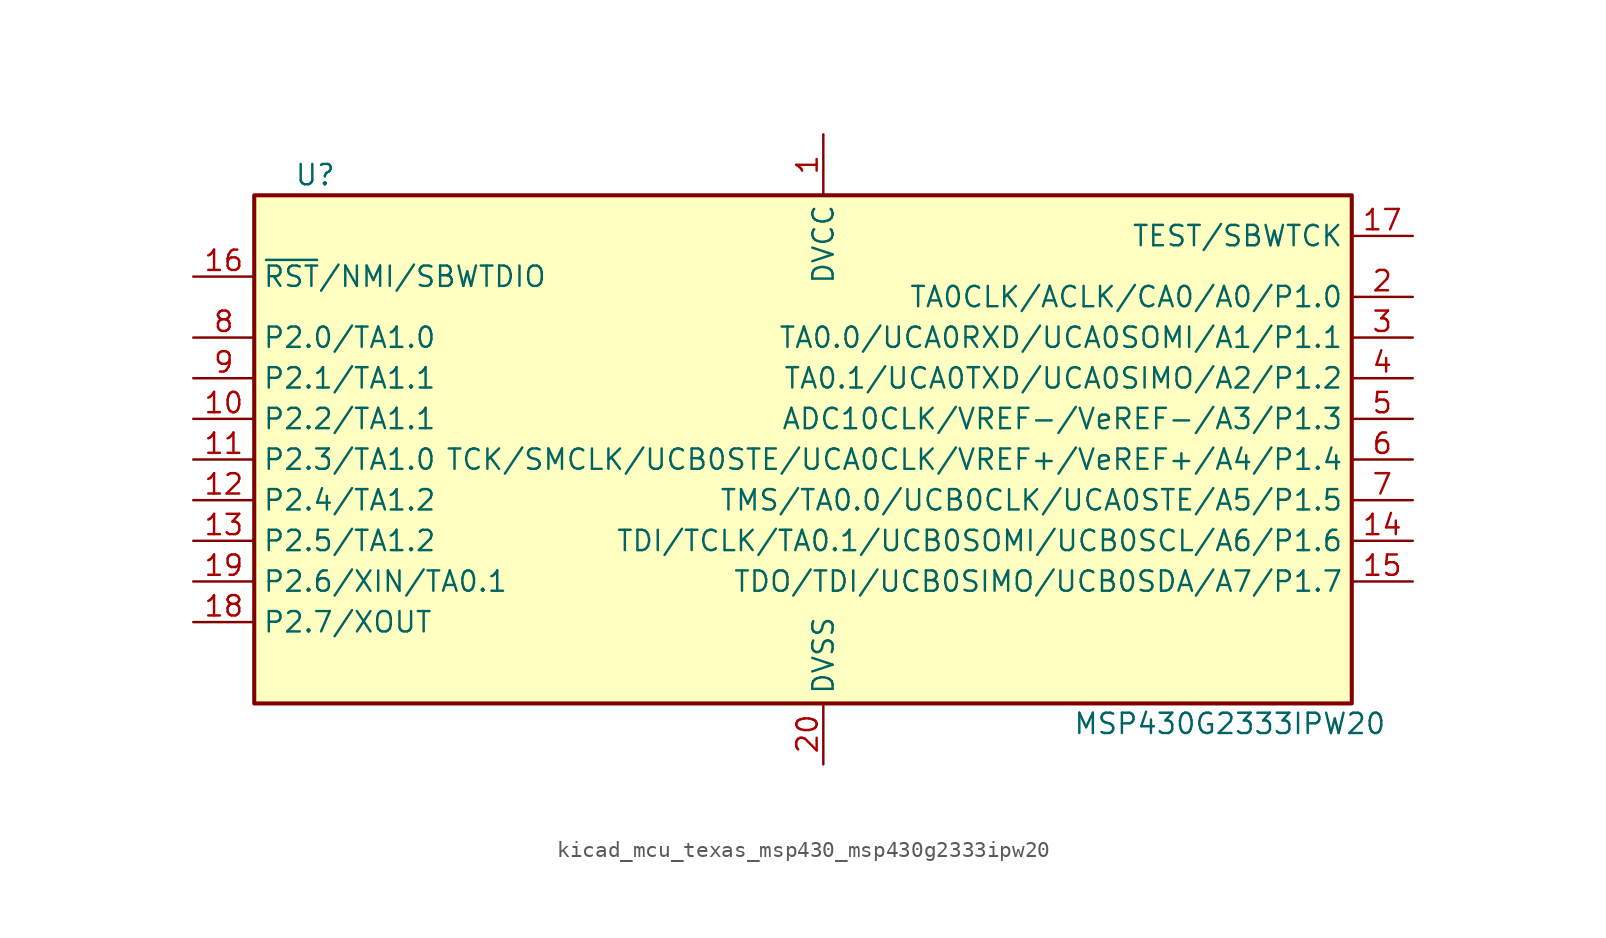
<source format=kicad_sym>
(kicad_symbol_lib
  (version 20220914)
  (generator kicad_symbol_editor)
  (symbol "kicad_mcu_texas_msp430_msp430g2333ipw20"
    (property "Reference" "U"
      (at -30.48 17.78 0)
      (effects (font (size 1.27 1.27))))
    (property "Value" "MSP430G2333IPW20"
      (at 26.67 -16.51 0)
      (effects (font (size 1.27 1.27))))
    (symbol "kicad_mcu_texas_msp430_msp430g2333ipw20_0_1"
      (rectangle (start -34.29 16.51) (end 34.29 -15.24) (stroke (width 0.254) (type default)) (fill (type background))))
    (symbol "kicad_mcu_texas_msp430_msp430g2333ipw20_1_1"
      (pin power_in line (at 1.27 20.32 270) (length 3.81) (name "DVCC" (effects (font (size 1.27 1.27)))) (number "1" (effects (font (size 1.27 1.27)))))
      (pin bidirectional line (at -38.1 2.54 0) (length 3.81) (name "P2.2/TA1.1" (effects (font (size 1.27 1.27)))) (number "10" (effects (font (size 1.27 1.27)))))
      (pin bidirectional line (at -38.1 0 0) (length 3.81) (name "P2.3/TA1.0" (effects (font (size 1.27 1.27)))) (number "11" (effects (font (size 1.27 1.27)))))
      (pin bidirectional line (at -38.1 -2.54 0) (length 3.81) (name "P2.4/TA1.2" (effects (font (size 1.27 1.27)))) (number "12" (effects (font (size 1.27 1.27)))))
      (pin bidirectional line (at -38.1 -5.08 0) (length 3.81) (name "P2.5/TA1.2" (effects (font (size 1.27 1.27)))) (number "13" (effects (font (size 1.27 1.27)))))
      (pin bidirectional line (at 38.1 -5.08 180) (length 3.81) (name "TDI/TCLK/TA0.1/UCB0SOMI/UCB0SCL/A6/P1.6" (effects (font (size 1.27 1.27)))) (number "14" (effects (font (size 1.27 1.27)))))
      (pin bidirectional line (at 38.1 -7.62 180) (length 3.81) (name "TDO/TDI/UCB0SIMO/UCB0SDA/A7/P1.7" (effects (font (size 1.27 1.27)))) (number "15" (effects (font (size 1.27 1.27)))))
      (pin input line (at -38.1 11.43 0) (length 3.81) (name "~{RST}/NMI/SBWTDIO" (effects (font (size 1.27 1.27)))) (number "16" (effects (font (size 1.27 1.27)))))
      (pin input line (at 38.1 13.97 180) (length 3.81) (name "TEST/SBWTCK" (effects (font (size 1.27 1.27)))) (number "17" (effects (font (size 1.27 1.27)))))
      (pin bidirectional line (at -38.1 -10.16 0) (length 3.81) (name "P2.7/XOUT" (effects (font (size 1.27 1.27)))) (number "18" (effects (font (size 1.27 1.27)))))
      (pin bidirectional line (at -38.1 -7.62 0) (length 3.81) (name "P2.6/XIN/TA0.1" (effects (font (size 1.27 1.27)))) (number "19" (effects (font (size 1.27 1.27)))))
      (pin bidirectional line (at 38.1 10.16 180) (length 3.81) (name "TA0CLK/ACLK/CA0/A0/P1.0" (effects (font (size 1.27 1.27)))) (number "2" (effects (font (size 1.27 1.27)))))
      (pin power_in line (at 1.27 -19.05 90) (length 3.81) (name "DVSS" (effects (font (size 1.27 1.27)))) (number "20" (effects (font (size 1.27 1.27)))))
      (pin bidirectional line (at 38.1 7.62 180) (length 3.81) (name "TA0.0/UCA0RXD/UCA0SOMI/A1/P1.1" (effects (font (size 1.27 1.27)))) (number "3" (effects (font (size 1.27 1.27)))))
      (pin bidirectional line (at 38.1 5.08 180) (length 3.81) (name "TA0.1/UCA0TXD/UCA0SIMO/A2/P1.2" (effects (font (size 1.27 1.27)))) (number "4" (effects (font (size 1.27 1.27)))))
      (pin bidirectional line (at 38.1 2.54 180) (length 3.81) (name "ADC10CLK/VREF-/VeREF-/A3/P1.3" (effects (font (size 1.27 1.27)))) (number "5" (effects (font (size 1.27 1.27)))))
      (pin bidirectional line (at 38.1 0 180) (length 3.81) (name "TCK/SMCLK/UCB0STE/UCA0CLK/VREF+/VeREF+/A4/P1.4" (effects (font (size 1.27 1.27)))) (number "6" (effects (font (size 1.27 1.27)))))
      (pin bidirectional line (at 38.1 -2.54 180) (length 3.81) (name "TMS/TA0.0/UCB0CLK/UCA0STE/A5/P1.5" (effects (font (size 1.27 1.27)))) (number "7" (effects (font (size 1.27 1.27)))))
      (pin bidirectional line (at -38.1 7.62 0) (length 3.81) (name "P2.0/TA1.0" (effects (font (size 1.27 1.27)))) (number "8" (effects (font (size 1.27 1.27)))))
      (pin bidirectional line (at -38.1 5.08 0) (length 3.81) (name "P2.1/TA1.1" (effects (font (size 1.27 1.27)))) (number "9" (effects (font (size 1.27 1.27))))))))
</source>
